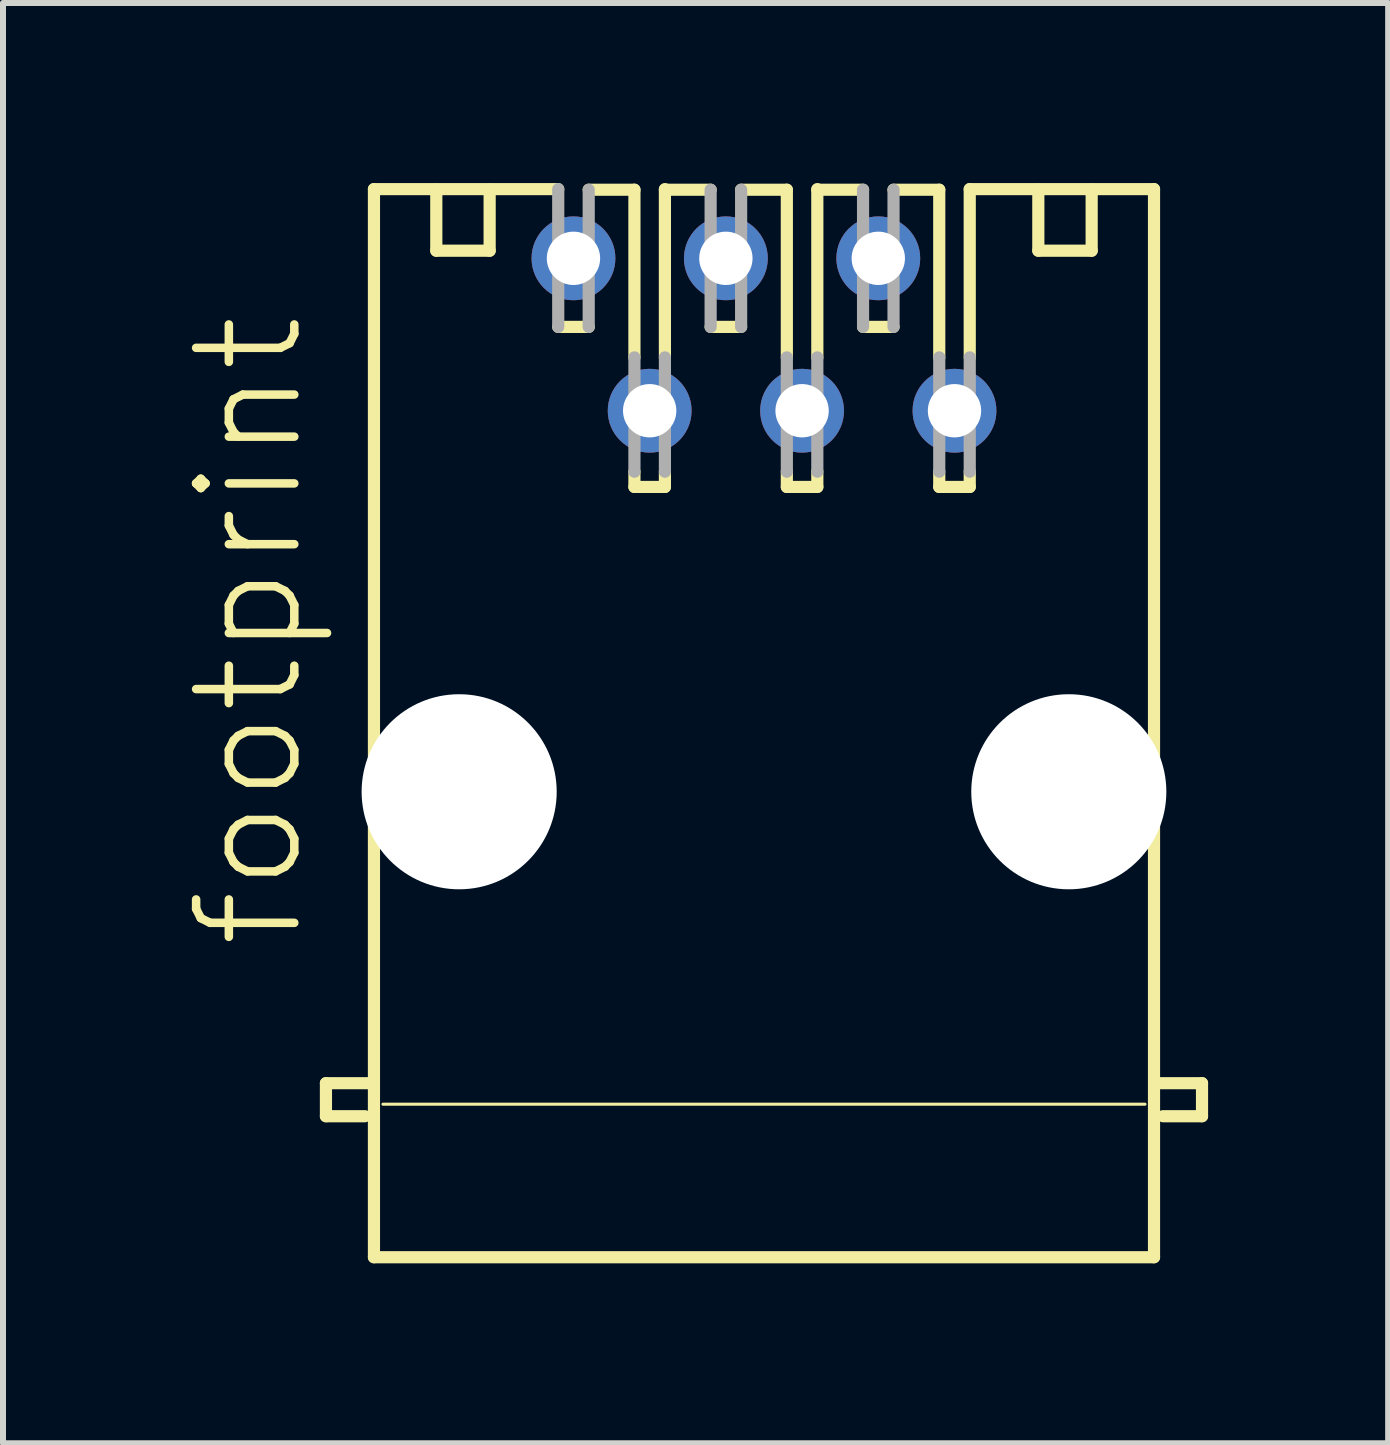
<source format=kicad_pcb>
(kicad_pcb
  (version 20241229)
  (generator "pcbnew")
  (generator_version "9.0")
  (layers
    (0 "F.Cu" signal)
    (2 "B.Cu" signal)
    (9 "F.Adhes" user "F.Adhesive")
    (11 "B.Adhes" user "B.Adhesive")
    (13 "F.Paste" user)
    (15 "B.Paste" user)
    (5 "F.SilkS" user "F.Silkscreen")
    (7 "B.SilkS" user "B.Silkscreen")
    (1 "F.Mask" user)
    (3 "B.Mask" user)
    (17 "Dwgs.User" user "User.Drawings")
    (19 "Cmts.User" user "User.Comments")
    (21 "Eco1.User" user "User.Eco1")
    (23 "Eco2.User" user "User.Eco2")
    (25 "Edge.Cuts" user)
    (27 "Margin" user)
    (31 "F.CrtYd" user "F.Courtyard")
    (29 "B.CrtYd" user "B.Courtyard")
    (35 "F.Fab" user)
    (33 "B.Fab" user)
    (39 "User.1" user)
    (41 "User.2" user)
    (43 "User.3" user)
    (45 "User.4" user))
  (footprint "footprint"
    (layer "F.Cu")
    (at 9.682 9.002)
    (property "Reference" "footprint" (at -7.62 3.81 90) (layer "F.SilkS") (effects (font (size 1.636 1.636) (thickness 0.142)) (justify left bottom)))
    (fp_line (start -7.3 6) (end -6.6 6) (stroke (width 0.203) (type solid)) (layer "F.SilkS"))
    (fp_line (start -7.3 6.55) (end -7.3 6) (stroke (width 0.203) (type solid)) (layer "F.SilkS"))
    (fp_line (start -6.65 6.55) (end -7.3 6.55) (stroke (width 0.203) (type solid)) (layer "F.SilkS"))
    (fp_line (start -6.5 -8.9) (end -3.429 -8.9) (stroke (width 0.203) (type solid)) (layer "F.SilkS"))
    (fp_line (start -6.5 8.9) (end -6.5 -8.9) (stroke (width 0.203) (type solid)) (layer "F.SilkS"))
    (fp_line (start -6.35 6.35) (end 6.35 6.35) (stroke (width 0.051) (type solid)) (layer "F.SilkS"))
    (fp_line (start -5.461 -8.89) (end -5.461 -7.874) (stroke (width 0.203) (type solid)) (layer "F.SilkS"))
    (fp_line (start -5.461 -7.874) (end -4.572 -7.874) (stroke (width 0.203) (type solid)) (layer "F.SilkS"))
    (fp_line (start -4.572 -7.874) (end -4.572 -8.89) (stroke (width 0.203) (type solid)) (layer "F.SilkS"))
    (fp_line (start -2.921 -8.89) (end -2.159 -8.89) (stroke (width 0.203) (type solid)) (layer "F.SilkS"))
    (fp_line (start -2.921 -6.604) (end -3.429 -6.604) (stroke (width 0.203) (type solid)) (layer "F.SilkS"))
    (fp_line (start -2.159 -6.096) (end -2.159 -8.89) (stroke (width 0.203) (type solid)) (layer "F.SilkS"))
    (fp_line (start -2.159 -3.937) (end -2.159 -4.191) (stroke (width 0.203) (type solid)) (layer "F.SilkS"))
    (fp_line (start -1.651 -8.89) (end -0.889 -8.89) (stroke (width 0.203) (type solid)) (layer "F.SilkS"))
    (fp_line (start -1.651 -6.096) (end -1.651 -8.9) (stroke (width 0.203) (type solid)) (layer "F.SilkS"))
    (fp_line (start -1.651 -3.937) (end -2.159 -3.937) (stroke (width 0.203) (type solid)) (layer "F.SilkS"))
    (fp_line (start -1.651 -3.937) (end -1.651 -4.191) (stroke (width 0.203) (type solid)) (layer "F.SilkS"))
    (fp_line (start -0.381 -8.89) (end 0.381 -8.89) (stroke (width 0.203) (type solid)) (layer "F.SilkS"))
    (fp_line (start -0.381 -6.604) (end -0.889 -6.604) (stroke (width 0.203) (type solid)) (layer "F.SilkS"))
    (fp_line (start 0.381 -6.096) (end 0.381 -8.89) (stroke (width 0.203) (type solid)) (layer "F.SilkS"))
    (fp_line (start 0.381 -3.937) (end 0.381 -4.191) (stroke (width 0.203) (type solid)) (layer "F.SilkS"))
    (fp_line (start 0.889 -8.89) (end 1.651 -8.89) (stroke (width 0.203) (type solid)) (layer "F.SilkS"))
    (fp_line (start 0.889 -6.096) (end 0.889 -8.9) (stroke (width 0.203) (type solid)) (layer "F.SilkS"))
    (fp_line (start 0.889 -3.937) (end 0.381 -3.937) (stroke (width 0.203) (type solid)) (layer "F.SilkS"))
    (fp_line (start 0.889 -3.937) (end 0.889 -4.191) (stroke (width 0.203) (type solid)) (layer "F.SilkS"))
    (fp_line (start 2.159 -8.89) (end 2.921 -8.89) (stroke (width 0.203) (type solid)) (layer "F.SilkS"))
    (fp_line (start 2.159 -6.604) (end 1.651 -6.604) (stroke (width 0.203) (type solid)) (layer "F.SilkS"))
    (fp_line (start 2.921 -6.096) (end 2.921 -8.89) (stroke (width 0.203) (type solid)) (layer "F.SilkS"))
    (fp_line (start 2.921 -3.937) (end 2.921 -4.191) (stroke (width 0.203) (type solid)) (layer "F.SilkS"))
    (fp_line (start 3.429 -8.9) (end 6.5 -8.9) (stroke (width 0.203) (type solid)) (layer "F.SilkS"))
    (fp_line (start 3.429 -6.096) (end 3.429 -8.9) (stroke (width 0.203) (type solid)) (layer "F.SilkS"))
    (fp_line (start 3.429 -3.937) (end 2.921 -3.937) (stroke (width 0.203) (type solid)) (layer "F.SilkS"))
    (fp_line (start 3.429 -3.937) (end 3.429 -4.191) (stroke (width 0.203) (type solid)) (layer "F.SilkS"))
    (fp_line (start 4.572 -7.874) (end 4.572 -8.89) (stroke (width 0.203) (type solid)) (layer "F.SilkS"))
    (fp_line (start 5.461 -8.89) (end 5.461 -7.874) (stroke (width 0.203) (type solid)) (layer "F.SilkS"))
    (fp_line (start 5.461 -7.874) (end 4.572 -7.874) (stroke (width 0.203) (type solid)) (layer "F.SilkS"))
    (fp_line (start 6.5 -8.9) (end 6.5 8.9) (stroke (width 0.203) (type solid)) (layer "F.SilkS"))
    (fp_line (start 6.5 8.9) (end -6.5 8.9) (stroke (width 0.203) (type solid)) (layer "F.SilkS"))
    (fp_line (start 6.65 6.55) (end 7.3 6.55) (stroke (width 0.203) (type solid)) (layer "F.SilkS"))
    (fp_line (start 7.3 6) (end 6.6 6) (stroke (width 0.203) (type solid)) (layer "F.SilkS"))
    (fp_line (start 7.3 6.55) (end 7.3 6) (stroke (width 0.203) (type solid)) (layer "F.SilkS"))
    (fp_line (start -3.429 -8.9) (end -3.429 -6.604) (stroke (width 0.203) (type solid)) (layer "F.Fab"))
    (fp_line (start -2.921 -8.89) (end -2.921 -6.604) (stroke (width 0.203) (type solid)) (layer "F.Fab"))
    (fp_line (start -2.159 -6.096) (end -2.159 -4.191) (stroke (width 0.203) (type solid)) (layer "F.Fab"))
    (fp_line (start -1.651 -6.096) (end -1.651 -4.191) (stroke (width 0.203) (type solid)) (layer "F.Fab"))
    (fp_line (start -0.889 -8.89) (end -0.889 -6.604) (stroke (width 0.203) (type solid)) (layer "F.Fab"))
    (fp_line (start -0.381 -8.89) (end -0.381 -6.604) (stroke (width 0.203) (type solid)) (layer "F.Fab"))
    (fp_line (start 0.381 -6.096) (end 0.381 -4.191) (stroke (width 0.203) (type solid)) (layer "F.Fab"))
    (fp_line (start 0.889 -6.096) (end 0.889 -4.191) (stroke (width 0.203) (type solid)) (layer "F.Fab"))
    (fp_line (start 1.651 -8.89) (end 1.651 -6.604) (stroke (width 0.203) (type solid)) (layer "F.Fab"))
    (fp_line (start 2.159 -8.89) (end 2.159 -6.604) (stroke (width 0.203) (type solid)) (layer "F.Fab"))
    (fp_line (start 2.921 -6.096) (end 2.921 -4.191) (stroke (width 0.203) (type solid)) (layer "F.Fab"))
    (fp_line (start 3.429 -6.096) (end 3.429 -4.191) (stroke (width 0.203) (type solid)) (layer "F.Fab"))
    (pad "" np_thru_hole circle (at -5.08 1.143) (size 3.251 3.251) (drill 3.251) (layers "*.Cu" "*.Mask"))
    (pad "" np_thru_hole circle (at 5.08 1.143) (size 3.251 3.251) (drill 3.251) (layers "*.Cu" "*.Mask"))
    (pad "1" thru_hole circle (at -3.175 -7.747) (size 1.397 1.397) (drill 0.889) (layers "*.Cu" "*.Mask"))
    (pad "2" thru_hole circle (at -1.905 -5.207) (size 1.397 1.397) (drill 0.889) (layers "*.Cu" "*.Mask"))
    (pad "3" thru_hole circle (at -0.635 -7.747) (size 1.397 1.397) (drill 0.889) (layers "*.Cu" "*.Mask"))
    (pad "4" thru_hole circle (at 0.635 -5.207) (size 1.397 1.397) (drill 0.889) (layers "*.Cu" "*.Mask"))
    (pad "5" thru_hole circle (at 1.905 -7.747) (size 1.397 1.397) (drill 0.889) (layers "*.Cu" "*.Mask"))
    (pad "6" thru_hole circle (at 3.175 -5.207) (size 1.397 1.397) (drill 0.889) (layers "*.Cu" "*.Mask")))
  (gr_rect
    (start -3 -3)
    (end 20.084 21.003)
    (stroke (width 0.1) (type default))
    (fill no)
    (layer "Edge.Cuts")))
</source>
